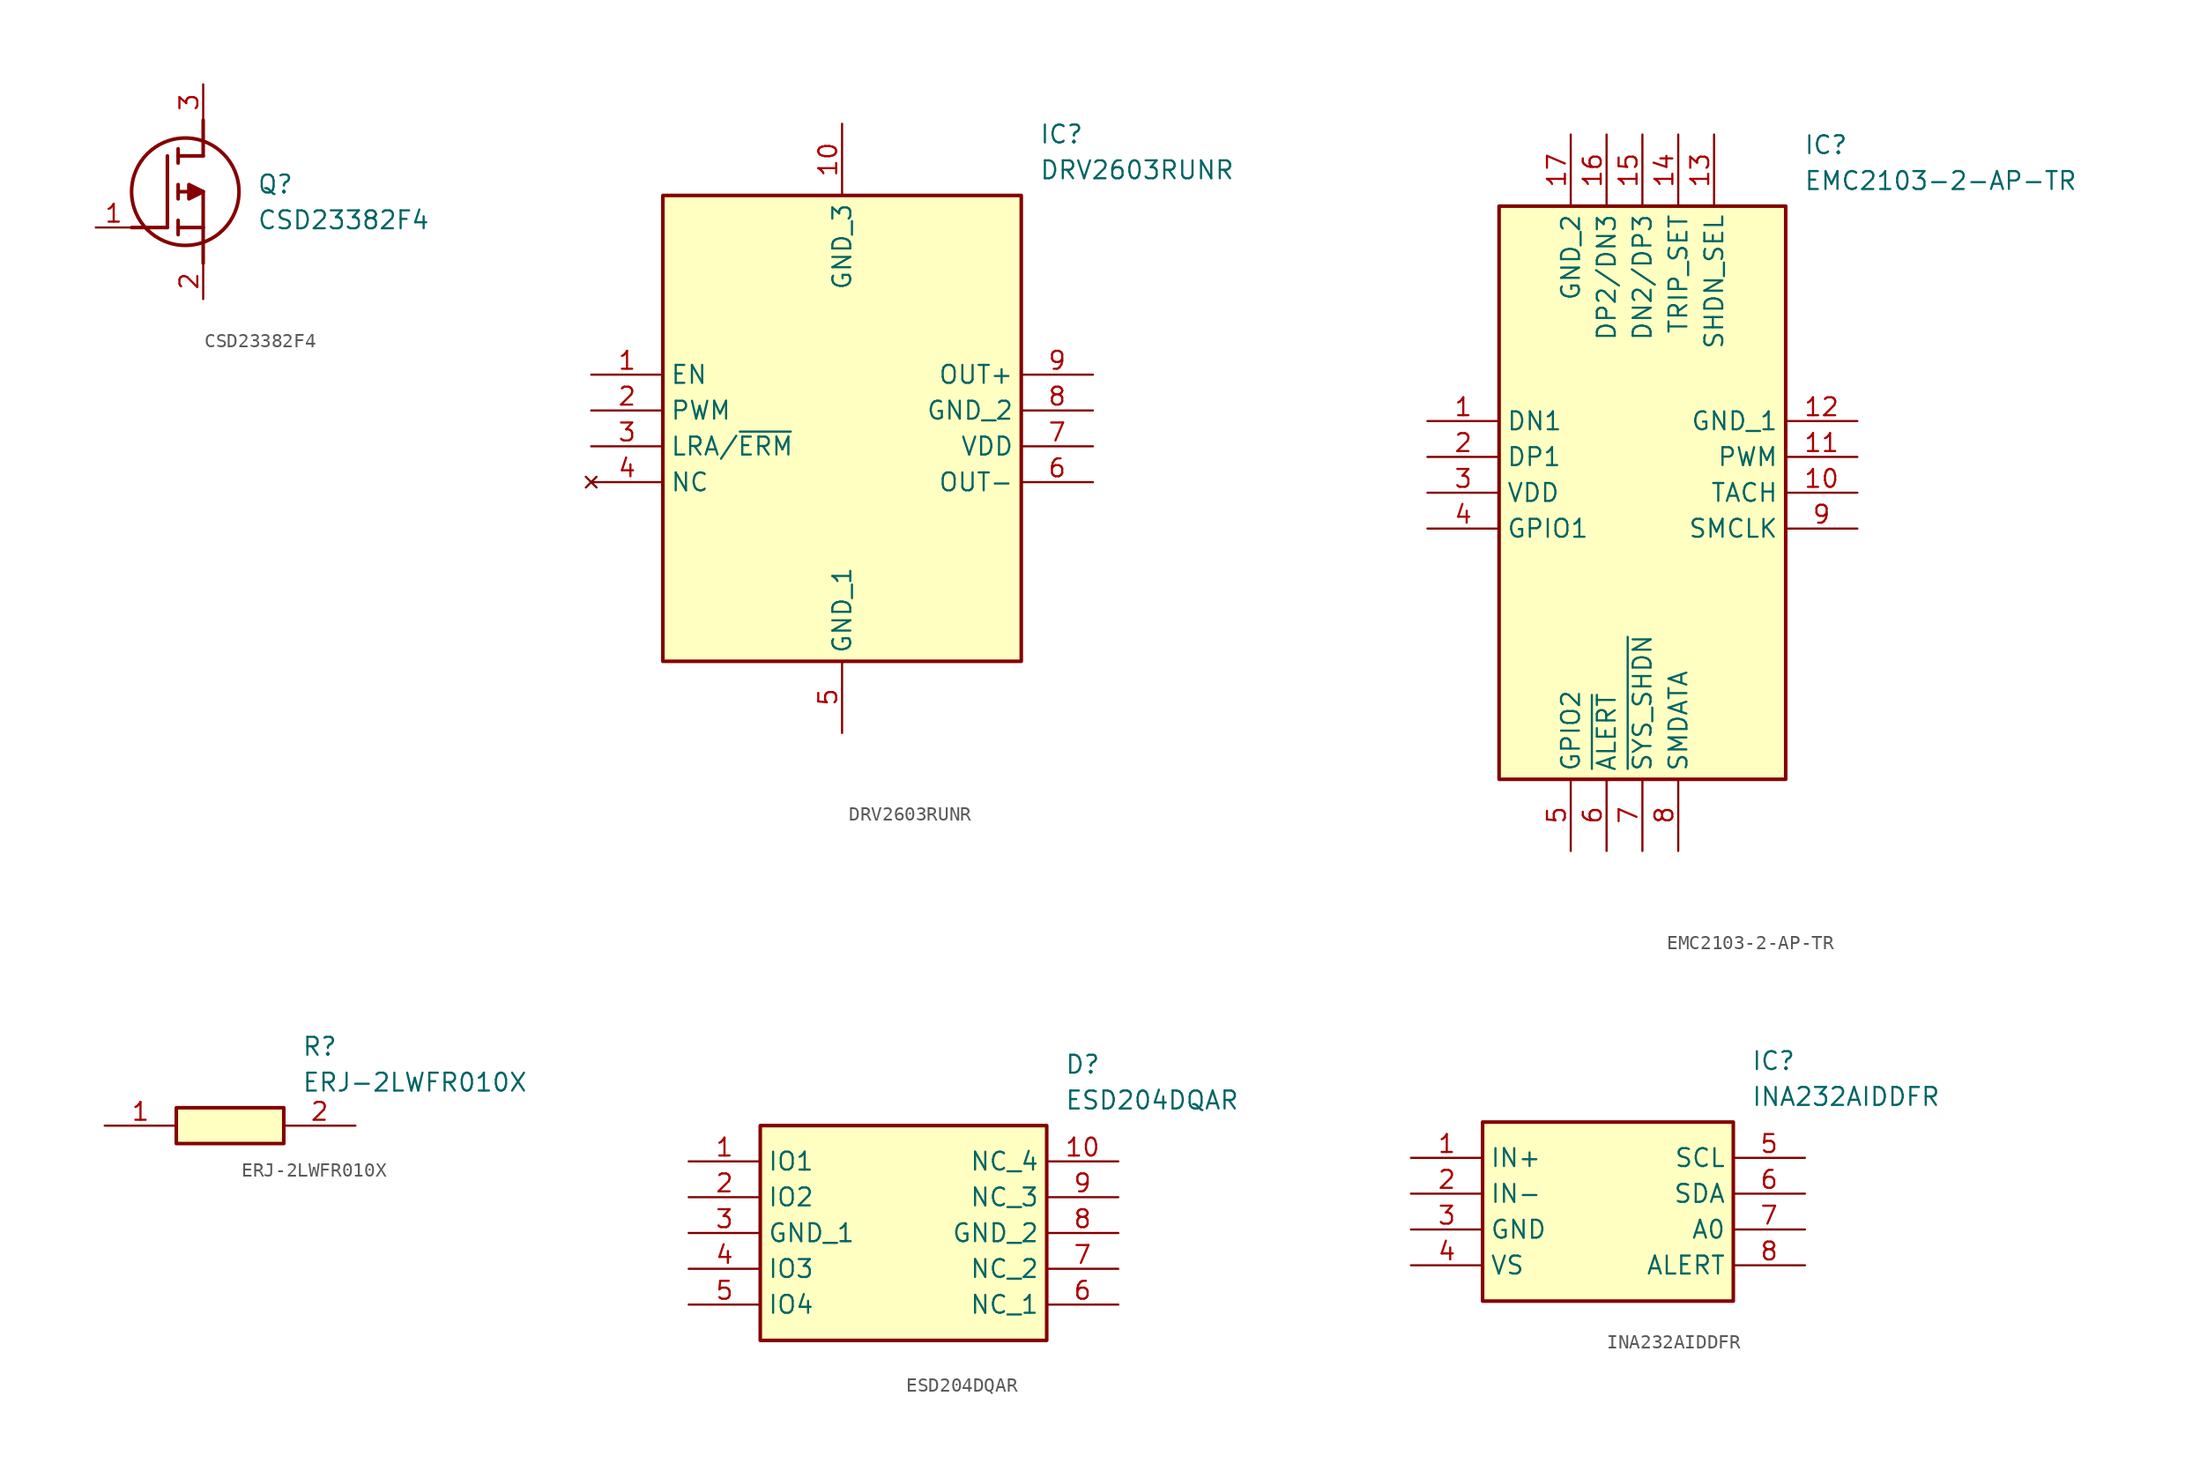
<source format=kicad_sym>
(kicad_symbol_lib
  (version 20220914)
  (generator SamacSys_ECAD_Model)
  (symbol "CSD23382F4"
    (pin_names hide)
    (property "Reference" "Q"
      (at 11.43 3.81 0)
      (effects (font (size 1.27 1.27)) (justify left top)))
    (property "Value" "CSD23382F4"
      (at 11.43 1.27 0)
      (effects (font (size 1.27 1.27)) (justify left top)))
    (polyline
      (pts (xy 7.62 2.54) (xy 7.62 -2.54))
      (stroke (width 0.254) (type default))
      (fill (type none)))
    (polyline
      (pts (xy 7.62 5.08) (xy 7.62 7.62))
      (stroke (width 0.254) (type default))
      (fill (type none)))
    (polyline
      (pts (xy 2.54 0) (xy 5.08 0))
      (stroke (width 0.254) (type default))
      (fill (type none)))
    (polyline
      (pts (xy 5.08 5.08) (xy 5.08 0))
      (stroke (width 0.254) (type default))
      (fill (type none)))
    (polyline
      (pts (xy 7.62 2.54) (xy 5.842 2.54))
      (stroke (width 0.254) (type default))
      (fill (type none)))
    (polyline
      (pts (xy 7.62 5.08) (xy 5.842 5.08))
      (stroke (width 0.254) (type default))
      (fill (type none)))
    (polyline
      (pts (xy 5.842 0) (xy 7.62 0))
      (stroke (width 0.254) (type default))
      (fill (type none)))
    (polyline
      (pts (xy 5.842 5.588) (xy 5.842 4.572))
      (stroke (width 0.254) (type default))
      (fill (type none)))
    (polyline
      (pts (xy 5.842 -0.508) (xy 5.842 0.508))
      (stroke (width 0.254) (type default))
      (fill (type none)))
    (polyline
      (pts (xy 5.842 2.032) (xy 5.842 3.048))
      (stroke (width 0.254) (type default))
      (fill (type none)))
    (circle
      (center 6.35 2.54)
      (radius 3.81)
      (stroke (width 0.254) (type default))
      (fill (type none)))
    (polyline
      (pts (xy 7.62 2.54) (xy 6.604 3.048) (xy 6.604 2.032) (xy 7.62 2.54))
      (stroke (width 0.254) (type default))
      (fill (type outline)))
    (pin passive line
      (at 0 0 0)
      (length 2.54)
      (name "G" (effects (font (size 1.27 1.27))))
      (number "1" (effects (font (size 1.27 1.27)))))
    (pin passive line
      (at 7.62 10.16 270)
      (length 2.54)
      (name "D" (effects (font (size 1.27 1.27))))
      (number "3" (effects (font (size 1.27 1.27)))))
    (pin passive line
      (at 7.62 -5.08 90)
      (length 2.54)
      (name "S" (effects (font (size 1.27 1.27))))
      (number "2" (effects (font (size 1.27 1.27))))))
  (symbol "DRV2603RUNR"
    (property "Reference" "IC"
      (at 31.75 17.78 0)
      (effects (font (size 1.27 1.27)) (justify left top)))
    (property "Value" "DRV2603RUNR"
      (at 31.75 15.24 0)
      (effects (font (size 1.27 1.27)) (justify left top)))
    (rectangle
      (start 5.08 12.7)
      (end 30.48 -20.32)
      (stroke (width 0.254) (type default))
      (fill (type background)))
    (pin input line
      (at 0 0 0)
      (length 5.08)
      (name "EN" (effects (font (size 1.27 1.27))))
      (number "1" (effects (font (size 1.27 1.27)))))
    (pin input line
      (at 0 -2.54 0)
      (length 5.08)
      (name "PWM" (effects (font (size 1.27 1.27))))
      (number "2" (effects (font (size 1.27 1.27)))))
    (pin input line
      (at 0 -5.08 0)
      (length 5.08)
      (name "LRA/~{ERM}" (effects (font (size 1.27 1.27))))
      (number "3" (effects (font (size 1.27 1.27)))))
    (pin no_connect line
      (at 0 -7.62 0)
      (length 5.08)
      (name "NC" (effects (font (size 1.27 1.27))))
      (number "4" (effects (font (size 1.27 1.27)))))
    (pin power_in line
      (at 17.78 -25.4 90)
      (length 5.08)
      (name "GND_1" (effects (font (size 1.27 1.27))))
      (number "5" (effects (font (size 1.27 1.27)))))
    (pin output line
      (at 35.56 0 180)
      (length 5.08)
      (name "OUT+" (effects (font (size 1.27 1.27))))
      (number "9" (effects (font (size 1.27 1.27)))))
    (pin power_in line
      (at 35.56 -2.54 180)
      (length 5.08)
      (name "GND_2" (effects (font (size 1.27 1.27))))
      (number "8" (effects (font (size 1.27 1.27)))))
    (pin power_in line
      (at 35.56 -5.08 180)
      (length 5.08)
      (name "VDD" (effects (font (size 1.27 1.27))))
      (number "7" (effects (font (size 1.27 1.27)))))
    (pin output line
      (at 35.56 -7.62 180)
      (length 5.08)
      (name "OUT-" (effects (font (size 1.27 1.27))))
      (number "6" (effects (font (size 1.27 1.27)))))
    (pin power_in line
      (at 17.78 17.78 270)
      (length 5.08)
      (name "GND_3" (effects (font (size 1.27 1.27))))
      (number "10" (effects (font (size 1.27 1.27))))))
  (symbol "EMC2103-2-AP-TR"
    (property "Reference" "IC"
      (at 26.67 20.32 0)
      (effects (font (size 1.27 1.27)) (justify left top)))
    (property "Value" "EMC2103-2-AP-TR"
      (at 26.67 17.78 0)
      (effects (font (size 1.27 1.27)) (justify left top)))
    (rectangle
      (start 5.08 15.24)
      (end 25.4 -25.4)
      (stroke (width 0.254) (type default))
      (fill (type background)))
    (pin passive line
      (at 0 0 0)
      (length 5.08)
      (name "DN1" (effects (font (size 1.27 1.27))))
      (number "1" (effects (font (size 1.27 1.27)))))
    (pin passive line
      (at 0 -2.54 0)
      (length 5.08)
      (name "DP1" (effects (font (size 1.27 1.27))))
      (number "2" (effects (font (size 1.27 1.27)))))
    (pin passive line
      (at 0 -5.08 0)
      (length 5.08)
      (name "VDD" (effects (font (size 1.27 1.27))))
      (number "3" (effects (font (size 1.27 1.27)))))
    (pin passive line
      (at 0 -7.62 0)
      (length 5.08)
      (name "GPIO1" (effects (font (size 1.27 1.27))))
      (number "4" (effects (font (size 1.27 1.27)))))
    (pin passive line
      (at 10.16 -30.48 90)
      (length 5.08)
      (name "GPIO2" (effects (font (size 1.27 1.27))))
      (number "5" (effects (font (size 1.27 1.27)))))
    (pin passive line
      (at 12.7 -30.48 90)
      (length 5.08)
      (name "~{ALERT}" (effects (font (size 1.27 1.27))))
      (number "6" (effects (font (size 1.27 1.27)))))
    (pin passive line
      (at 15.24 -30.48 90)
      (length 5.08)
      (name "~{SYS_SHDN}" (effects (font (size 1.27 1.27))))
      (number "7" (effects (font (size 1.27 1.27)))))
    (pin passive line
      (at 17.78 -30.48 90)
      (length 5.08)
      (name "SMDATA" (effects (font (size 1.27 1.27))))
      (number "8" (effects (font (size 1.27 1.27)))))
    (pin passive line
      (at 30.48 -7.62 180)
      (length 5.08)
      (name "SMCLK" (effects (font (size 1.27 1.27))))
      (number "9" (effects (font (size 1.27 1.27)))))
    (pin passive line
      (at 30.48 -5.08 180)
      (length 5.08)
      (name "TACH" (effects (font (size 1.27 1.27))))
      (number "10" (effects (font (size 1.27 1.27)))))
    (pin passive line
      (at 30.48 -2.54 180)
      (length 5.08)
      (name "PWM" (effects (font (size 1.27 1.27))))
      (number "11" (effects (font (size 1.27 1.27)))))
    (pin passive line
      (at 30.48 0 180)
      (length 5.08)
      (name "GND_1" (effects (font (size 1.27 1.27))))
      (number "12" (effects (font (size 1.27 1.27)))))
    (pin passive line
      (at 20.32 20.32 270)
      (length 5.08)
      (name "SHDN_SEL" (effects (font (size 1.27 1.27))))
      (number "13" (effects (font (size 1.27 1.27)))))
    (pin passive line
      (at 17.78 20.32 270)
      (length 5.08)
      (name "TRIP_SET" (effects (font (size 1.27 1.27))))
      (number "14" (effects (font (size 1.27 1.27)))))
    (pin passive line
      (at 15.24 20.32 270)
      (length 5.08)
      (name "DN2/DP3" (effects (font (size 1.27 1.27))))
      (number "15" (effects (font (size 1.27 1.27)))))
    (pin passive line
      (at 12.7 20.32 270)
      (length 5.08)
      (name "DP2/DN3" (effects (font (size 1.27 1.27))))
      (number "16" (effects (font (size 1.27 1.27)))))
    (pin passive line
      (at 10.16 20.32 270)
      (length 5.08)
      (name "GND_2" (effects (font (size 1.27 1.27))))
      (number "17" (effects (font (size 1.27 1.27))))))
  (symbol "ERJ-2LWFR010X"
    (pin_names hide)
    (property "Reference" "R"
      (at 13.97 6.35 0)
      (effects (font (size 1.27 1.27)) (justify left top)))
    (property "Value" "ERJ-2LWFR010X"
      (at 13.97 3.81 0)
      (effects (font (size 1.27 1.27)) (justify left top)))
    (rectangle
      (start 5.08 1.27)
      (end 12.7 -1.27)
      (stroke (width 0.254) (type default))
      (fill (type background)))
    (pin passive line
      (at 0 0 0)
      (length 5.08)
      (name "1" (effects (font (size 1.27 1.27))))
      (number "1" (effects (font (size 1.27 1.27)))))
    (pin passive line
      (at 17.78 0 180)
      (length 5.08)
      (name "2" (effects (font (size 1.27 1.27))))
      (number "2" (effects (font (size 1.27 1.27))))))
  (symbol "ESD204DQAR"
    (property "Reference" "D"
      (at 26.67 7.62 0)
      (effects (font (size 1.27 1.27)) (justify left top)))
    (property "Value" "ESD204DQAR"
      (at 26.67 5.08 0)
      (effects (font (size 1.27 1.27)) (justify left top)))
    (rectangle
      (start 5.08 2.54)
      (end 25.4 -12.7)
      (stroke (width 0.254) (type default))
      (fill (type background)))
    (pin passive line
      (at 0 0 0)
      (length 5.08)
      (name "IO1" (effects (font (size 1.27 1.27))))
      (number "1" (effects (font (size 1.27 1.27)))))
    (pin passive line
      (at 0 -2.54 0)
      (length 5.08)
      (name "IO2" (effects (font (size 1.27 1.27))))
      (number "2" (effects (font (size 1.27 1.27)))))
    (pin passive line
      (at 0 -5.08 0)
      (length 5.08)
      (name "GND_1" (effects (font (size 1.27 1.27))))
      (number "3" (effects (font (size 1.27 1.27)))))
    (pin passive line
      (at 0 -7.62 0)
      (length 5.08)
      (name "IO3" (effects (font (size 1.27 1.27))))
      (number "4" (effects (font (size 1.27 1.27)))))
    (pin passive line
      (at 0 -10.16 0)
      (length 5.08)
      (name "IO4" (effects (font (size 1.27 1.27))))
      (number "5" (effects (font (size 1.27 1.27)))))
    (pin passive line
      (at 30.48 -10.16 180)
      (length 5.08)
      (name "NC_1" (effects (font (size 1.27 1.27))))
      (number "6" (effects (font (size 1.27 1.27)))))
    (pin passive line
      (at 30.48 -7.62 180)
      (length 5.08)
      (name "NC_2" (effects (font (size 1.27 1.27))))
      (number "7" (effects (font (size 1.27 1.27)))))
    (pin passive line
      (at 30.48 -5.08 180)
      (length 5.08)
      (name "GND_2" (effects (font (size 1.27 1.27))))
      (number "8" (effects (font (size 1.27 1.27)))))
    (pin passive line
      (at 30.48 -2.54 180)
      (length 5.08)
      (name "NC_3" (effects (font (size 1.27 1.27))))
      (number "9" (effects (font (size 1.27 1.27)))))
    (pin passive line
      (at 30.48 0 180)
      (length 5.08)
      (name "NC_4" (effects (font (size 1.27 1.27))))
      (number "10" (effects (font (size 1.27 1.27))))))
  (symbol "INA232AIDDFR"
    (property "Reference" "IC"
      (at 24.13 7.62 0)
      (effects (font (size 1.27 1.27)) (justify left top)))
    (property "Value" "INA232AIDDFR"
      (at 24.13 5.08 0)
      (effects (font (size 1.27 1.27)) (justify left top)))
    (rectangle
      (start 5.08 2.54)
      (end 22.86 -10.16)
      (stroke (width 0.254) (type default))
      (fill (type background)))
    (pin passive line
      (at 0 0 0)
      (length 5.08)
      (name "IN+" (effects (font (size 1.27 1.27))))
      (number "1" (effects (font (size 1.27 1.27)))))
    (pin passive line
      (at 0 -2.54 0)
      (length 5.08)
      (name "IN-" (effects (font (size 1.27 1.27))))
      (number "2" (effects (font (size 1.27 1.27)))))
    (pin passive line
      (at 0 -5.08 0)
      (length 5.08)
      (name "GND" (effects (font (size 1.27 1.27))))
      (number "3" (effects (font (size 1.27 1.27)))))
    (pin passive line
      (at 0 -7.62 0)
      (length 5.08)
      (name "VS" (effects (font (size 1.27 1.27))))
      (number "4" (effects (font (size 1.27 1.27)))))
    (pin passive line
      (at 27.94 0 180)
      (length 5.08)
      (name "SCL" (effects (font (size 1.27 1.27))))
      (number "5" (effects (font (size 1.27 1.27)))))
    (pin passive line
      (at 27.94 -2.54 180)
      (length 5.08)
      (name "SDA" (effects (font (size 1.27 1.27))))
      (number "6" (effects (font (size 1.27 1.27)))))
    (pin passive line
      (at 27.94 -5.08 180)
      (length 5.08)
      (name "A0" (effects (font (size 1.27 1.27))))
      (number "7" (effects (font (size 1.27 1.27)))))
    (pin passive line
      (at 27.94 -7.62 180)
      (length 5.08)
      (name "ALERT" (effects (font (size 1.27 1.27))))
      (number "8" (effects (font (size 1.27 1.27)))))))
</source>
